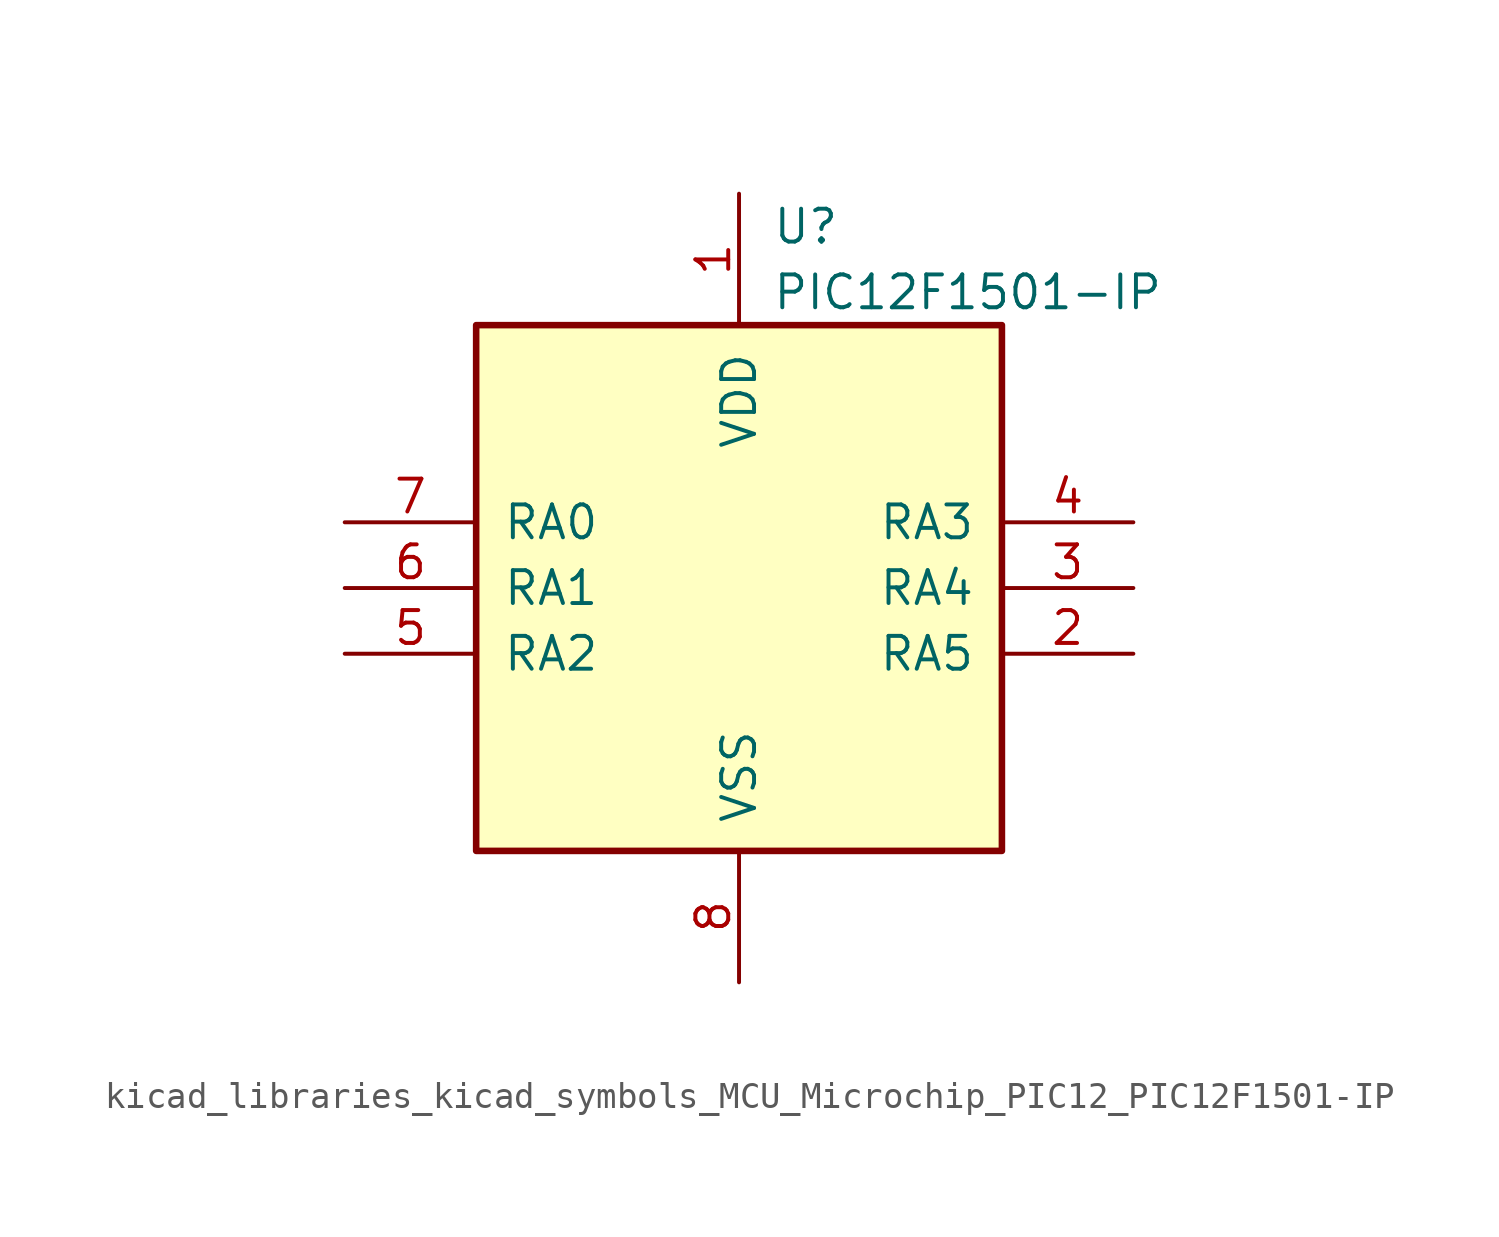
<source format=kicad_sym>
(kicad_symbol_lib
  (version 20220914)
  (generator kicad_symbol_editor)
  (symbol "kicad_libraries_kicad_symbols_MCU_Microchip_PIC12_PIC12F1501-IP"
    (pin_names
      (offset 1.016))
    (property "Reference" "U"
      (at 1.27 13.97 0)
      (effects (font (size 1.27 1.27)) (justify left)))
    (property "Value" "PIC12F1501-IP"
      (at 1.27 11.43 0)
      (effects (font (size 1.27 1.27)) (justify left)))
    (symbol "kicad_libraries_kicad_symbols_MCU_Microchip_PIC12_PIC12F1501-IP_0_1"
      (rectangle (start 10.16 -10.16) (end -10.16 10.16) (stroke (width 0.254) (type default)) (fill (type background))))
    (symbol "kicad_libraries_kicad_symbols_MCU_Microchip_PIC12_PIC12F1501-IP_1_1"
      (pin power_in line (at 0 15.24 270) (length 5.08) (name "VDD" (effects (font (size 1.27 1.27)))) (number "1" (effects (font (size 1.27 1.27)))))
      (pin bidirectional line (at 15.24 -2.54 180) (length 5.08) (name "RA5" (effects (font (size 1.27 1.27)))) (number "2" (effects (font (size 1.27 1.27)))))
      (pin bidirectional line (at 15.24 0 180) (length 5.08) (name "RA4" (effects (font (size 1.27 1.27)))) (number "3" (effects (font (size 1.27 1.27)))))
      (pin input line (at 15.24 2.54 180) (length 5.08) (name "RA3" (effects (font (size 1.27 1.27)))) (number "4" (effects (font (size 1.27 1.27)))))
      (pin bidirectional line (at -15.24 -2.54 0) (length 5.08) (name "RA2" (effects (font (size 1.27 1.27)))) (number "5" (effects (font (size 1.27 1.27)))))
      (pin bidirectional line (at -15.24 0 0) (length 5.08) (name "RA1" (effects (font (size 1.27 1.27)))) (number "6" (effects (font (size 1.27 1.27)))))
      (pin bidirectional line (at -15.24 2.54 0) (length 5.08) (name "RA0" (effects (font (size 1.27 1.27)))) (number "7" (effects (font (size 1.27 1.27)))))
      (pin power_in line (at 0 -15.24 90) (length 5.08) (name "VSS" (effects (font (size 1.27 1.27)))) (number "8" (effects (font (size 1.27 1.27))))))))
</source>
